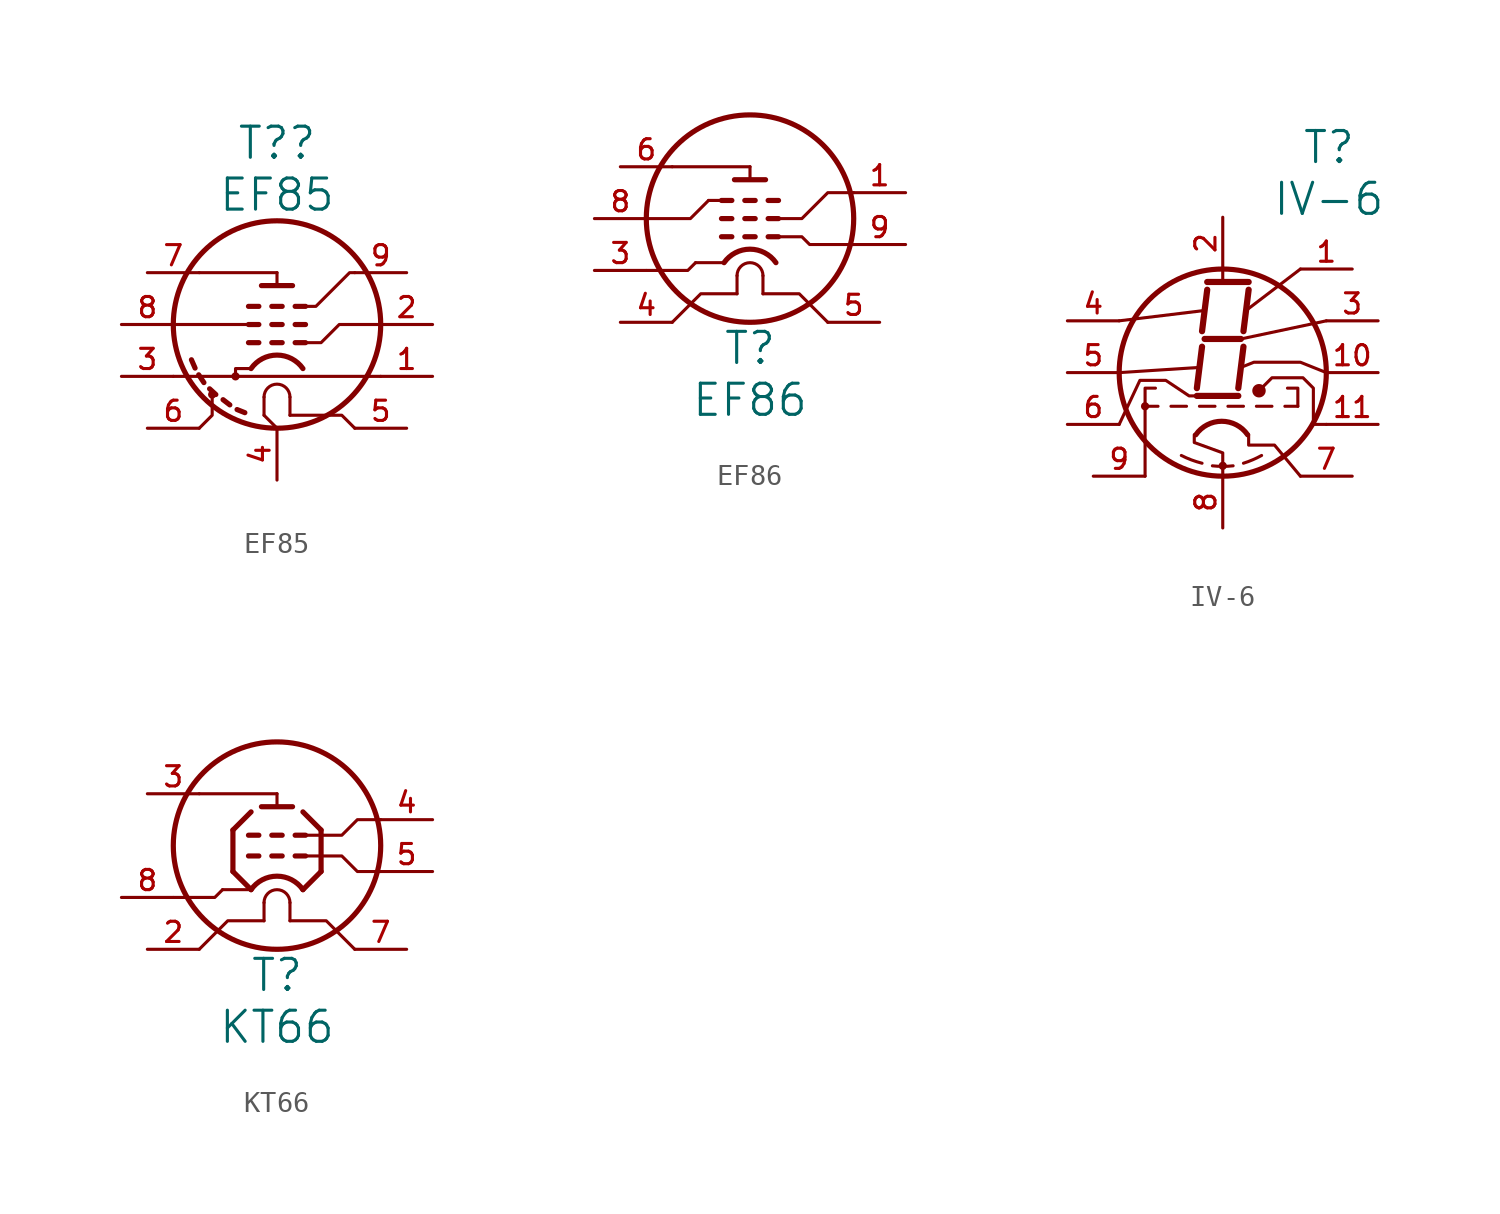
<source format=kicad_sym>
(kicad_symbol_lib
  (version 20220914)
  (generator kicad_symbol_editor)
  (symbol "EF85"
    (pin_names
      (offset 0.025) hide)
    (property "Reference" "T?"
      (at 0 8.89 0)
      (effects (font (size 1.524 1.524))))
    (property "Value" "EF85"
      (at 0 6.35 0)
      (effects (font (size 1.524 1.524))))
    (property "Footprint" ""
      (at 0 0 0)
      (effects (font (size 1.524 1.524))))
    (property "Datasheet" ""
      (at 0 0 0)
      (effects (font (size 1.524 1.524))))
    (symbol "EF85_0_1"
      (circle (center -3.175 -3.429) (radius 0.127) (stroke (width 0) (type solid)) (fill (type none)))
      (circle (center -2.032 -2.54) (radius 0.127) (stroke (width 0) (type solid)) (fill (type none)))
      (polyline (pts (xy -5.08 0) (xy -1.397 0)) (stroke (width 0) (type solid)) (fill (type none)))
      (polyline (pts (xy -4.013 -2.134) (xy -4.191 -1.727)) (stroke (width 0.254) (type solid)) (fill (type none)))
      (polyline (pts (xy -3.81 2.54) (xy 0 2.54)) (stroke (width 0) (type solid)) (fill (type none)))
      (polyline (pts (xy -3.581 -2.845) (xy -3.835 -2.464)) (stroke (width 0.254) (type solid)) (fill (type none)))
      (polyline (pts (xy -2.997 -3.429) (xy -3.302 -3.15)) (stroke (width 0.254) (type solid)) (fill (type none)))
      (polyline (pts (xy -2.311 -3.937) (xy -2.642 -3.683)) (stroke (width 0.254) (type solid)) (fill (type none)))
      (polyline (pts (xy -1.575 -4.318) (xy -1.956 -4.166)) (stroke (width 0.254) (type solid)) (fill (type none)))
      (polyline (pts (xy -1.397 -0.889) (xy -0.889 -0.889)) (stroke (width 0.254) (type solid)) (fill (type none)))
      (polyline (pts (xy -1.397 0) (xy -0.889 0)) (stroke (width 0.254) (type solid)) (fill (type none)))
      (polyline (pts (xy -1.397 0.889) (xy -0.889 0.889)) (stroke (width 0.254) (type solid)) (fill (type none)))
      (polyline (pts (xy -0.762 1.905) (xy 0.762 1.905)) (stroke (width 0.254) (type solid)) (fill (type none)))
      (polyline (pts (xy -0.635 -3.556) (xy -0.635 -4.445)) (stroke (width 0) (type solid)) (fill (type none)))
      (polyline (pts (xy -0.254 -0.889) (xy 0.254 -0.889)) (stroke (width 0.254) (type solid)) (fill (type none)))
      (polyline (pts (xy -0.254 0) (xy 0.254 0)) (stroke (width 0.254) (type solid)) (fill (type none)))
      (polyline (pts (xy -0.254 0.889) (xy 0.254 0.889)) (stroke (width 0.254) (type solid)) (fill (type none)))
      (polyline (pts (xy 0 -5.08) (xy -0.635 -4.445)) (stroke (width 0) (type solid)) (fill (type none)))
      (polyline (pts (xy 0 1.905) (xy 0 2.54)) (stroke (width 0) (type solid)) (fill (type none)))
      (polyline (pts (xy 0.635 -3.556) (xy 0.635 -4.445)) (stroke (width 0) (type solid)) (fill (type none)))
      (polyline (pts (xy 0.889 -0.889) (xy 1.397 -0.889)) (stroke (width 0.254) (type solid)) (fill (type none)))
      (polyline (pts (xy 0.889 0) (xy 1.397 0)) (stroke (width 0.254) (type solid)) (fill (type none)))
      (polyline (pts (xy 0.889 0.889) (xy 1.397 0.889)) (stroke (width 0.254) (type solid)) (fill (type none)))
      (polyline (pts (xy 5.08 -2.54) (xy -5.08 -2.54)) (stroke (width 0) (type solid)) (fill (type none)))
      (polyline (pts (xy -3.175 -3.302) (xy -3.175 -4.445) (xy -3.81 -5.08)) (stroke (width 0) (type solid)) (fill (type none)))
      (polyline (pts (xy -2.032 -2.54) (xy -2.032 -2.159) (xy -1.27 -2.159)) (stroke (width 0) (type solid)) (fill (type none)))
      (polyline (pts (xy 3.81 -5.08) (xy 3.175 -4.445) (xy 0.635 -4.445)) (stroke (width 0) (type solid)) (fill (type none)))
      (polyline (pts (xy 1.397 -0.889) (xy 2.159 -0.889) (xy 3.048 0) (xy 5.08 0)) (stroke (width 0) (type solid)) (fill (type none)))
      (polyline (pts (xy 1.397 0.889) (xy 1.905 0.889) (xy 3.556 2.54) (xy 3.81 2.54)) (stroke (width 0) (type solid)) (fill (type none)))
      (circle (center 0 0) (radius 5.08) (stroke (width 0.254) (type solid)) (fill (type none)))
      (arc (start 0.635 -3.556) (mid 0 -2.9237) (end -0.635 -3.556) (stroke (width 0) (type solid)) (fill (type none)))
      (arc (start 1.27 -2.159) (mid 0 -1.4978) (end -1.27 -2.159) (stroke (width 0.254) (type solid)) (fill (type none))))
    (symbol "EF85_1_1"
      (pin input line (at 7.62 -2.54 180) (length 2.54) (name "k" (effects (font (size 0.762 0.762)))) (number "1" (effects (font (size 0.991 0.991)))))
      (pin input line (at 7.62 0 180) (length 2.54) (name "g1" (effects (font (size 0.762 0.762)))) (number "2" (effects (font (size 0.991 0.991)))))
      (pin input line (at -7.62 -2.54 0) (length 2.54) (name "k" (effects (font (size 0.762 0.762)))) (number "3" (effects (font (size 0.991 0.991)))))
      (pin input line (at 0 -7.62 90) (length 2.54) (name "f" (effects (font (size 0.762 0.762)))) (number "4" (effects (font (size 0.991 0.991)))))
      (pin input line (at 6.35 -5.08 180) (length 2.54) (name "f" (effects (font (size 0.787 0.787)))) (number "5" (effects (font (size 0.991 0.991)))))
      (pin input line (at -6.35 -5.08 0) (length 2.54) (name "s" (effects (font (size 0.762 0.762)))) (number "6" (effects (font (size 0.991 0.991)))))
      (pin input line (at -6.35 2.54 0) (length 2.54) (name "a" (effects (font (size 0.762 0.762)))) (number "7" (effects (font (size 0.991 0.991)))))
      (pin input line (at -7.62 0 0) (length 2.54) (name "g2" (effects (font (size 0.762 0.762)))) (number "8" (effects (font (size 0.991 0.991)))))
      (pin input line (at 6.35 2.54 180) (length 2.54) (name "g3" (effects (font (size 0.762 0.762)))) (number "9" (effects (font (size 0.991 0.991)))))))
  (symbol "EF86"
    (pin_names
      (offset 0.025) hide)
    (property "Reference" "T"
      (at 0 -6.35 0)
      (effects (font (size 1.524 1.524))))
    (property "Value" "EF86"
      (at 0 -8.89 0)
      (effects (font (size 1.524 1.524))))
    (property "Footprint" ""
      (at 0 0 0)
      (effects (font (size 1.524 1.524))))
    (property "Datasheet" ""
      (at 0 0 0)
      (effects (font (size 1.524 1.524))))
    (symbol "EF86_0_1"
      (polyline (pts (xy -3.81 2.54) (xy 0 2.54)) (stroke (width 0) (type solid)) (fill (type none)))
      (polyline (pts (xy -1.397 -0.889) (xy -0.889 -0.889)) (stroke (width 0.254) (type solid)) (fill (type none)))
      (polyline (pts (xy -1.397 0) (xy -0.889 0)) (stroke (width 0.254) (type solid)) (fill (type none)))
      (polyline (pts (xy -1.397 0.889) (xy -2.032 0.889)) (stroke (width 0) (type solid)) (fill (type none)))
      (polyline (pts (xy -1.397 0.889) (xy -0.889 0.889)) (stroke (width 0.254) (type solid)) (fill (type none)))
      (polyline (pts (xy -1.27 -2.159) (xy -2.667 -2.159)) (stroke (width 0) (type solid)) (fill (type none)))
      (polyline (pts (xy -0.762 1.905) (xy 0.762 1.905)) (stroke (width 0.254) (type solid)) (fill (type none)))
      (polyline (pts (xy -0.635 -2.794) (xy -0.635 -3.683)) (stroke (width 0) (type solid)) (fill (type none)))
      (polyline (pts (xy -0.254 -0.889) (xy 0.254 -0.889)) (stroke (width 0.254) (type solid)) (fill (type none)))
      (polyline (pts (xy -0.254 0) (xy 0.254 0)) (stroke (width 0.254) (type solid)) (fill (type none)))
      (polyline (pts (xy -0.254 0.889) (xy 0.254 0.889)) (stroke (width 0.254) (type solid)) (fill (type none)))
      (polyline (pts (xy 0 1.905) (xy 0 2.54)) (stroke (width 0) (type solid)) (fill (type none)))
      (polyline (pts (xy 0.635 -2.794) (xy 0.635 -3.683)) (stroke (width 0) (type solid)) (fill (type none)))
      (polyline (pts (xy 0.889 -0.889) (xy 1.397 -0.889)) (stroke (width 0.254) (type solid)) (fill (type none)))
      (polyline (pts (xy 0.889 0) (xy 1.397 0)) (stroke (width 0.254) (type solid)) (fill (type none)))
      (polyline (pts (xy 0.889 0.889) (xy 1.397 0.889)) (stroke (width 0.254) (type solid)) (fill (type none)))
      (polyline (pts (xy -3.81 -5.08) (xy -2.413 -3.683) (xy -0.635 -3.683)) (stroke (width 0) (type solid)) (fill (type none)))
      (polyline (pts (xy -2.667 -2.159) (xy -3.048 -2.54) (xy -5.08 -2.54)) (stroke (width 0) (type solid)) (fill (type none)))
      (polyline (pts (xy -2.032 0.889) (xy -2.921 0) (xy -5.08 0)) (stroke (width 0) (type solid)) (fill (type none)))
      (polyline (pts (xy 3.81 -5.08) (xy 2.413 -3.683) (xy 0.635 -3.683)) (stroke (width 0) (type solid)) (fill (type none)))
      (polyline (pts (xy 1.397 -0.889) (xy 2.54 -0.889) (xy 2.921 -1.27) (xy 5.08 -1.27)) (stroke (width 0) (type solid)) (fill (type none)))
      (polyline (pts (xy 5.08 1.27) (xy 3.81 1.27) (xy 2.54 0) (xy 1.397 0)) (stroke (width 0) (type solid)) (fill (type none)))
      (circle (center 0 0) (radius 5.08) (stroke (width 0.254) (type solid)) (fill (type none)))
      (arc (start 0.635 -2.794) (mid 0 -2.1617) (end -0.635 -2.794) (stroke (width 0) (type solid)) (fill (type none)))
      (arc (start 1.27 -2.159) (mid 0 -1.4978) (end -1.27 -2.159) (stroke (width 0.254) (type solid)) (fill (type none))))
    (symbol "EF86_1_1"
      (pin input line (at 7.62 1.27 180) (length 2.54) (name "g2" (effects (font (size 0.762 0.762)))) (number "1" (effects (font (size 0.991 0.991)))))
      (pin input line (at -7.62 -2.54 0) (length 2.54) (name "k" (effects (font (size 0.762 0.762)))) (number "3" (effects (font (size 0.991 0.991)))))
      (pin input line (at -6.35 -5.08 0) (length 2.54) (name "f" (effects (font (size 0.762 0.762)))) (number "4" (effects (font (size 0.991 0.991)))))
      (pin input line (at 6.35 -5.08 180) (length 2.54) (name "f" (effects (font (size 0.762 0.762)))) (number "5" (effects (font (size 0.991 0.991)))))
      (pin input line (at -6.35 2.54 0) (length 2.54) (name "a" (effects (font (size 0.762 0.762)))) (number "6" (effects (font (size 0.991 0.991)))))
      (pin input line (at -7.62 0 0) (length 2.54) (name "g3" (effects (font (size 0.762 0.762)))) (number "8" (effects (font (size 0.991 0.991)))))
      (pin input line (at 7.62 -1.27 180) (length 2.54) (name "g1" (effects (font (size 0.762 0.762)))) (number "9" (effects (font (size 0.991 0.991)))))))
  (symbol "IV-6"
    (pin_names
      (offset 0.025) hide)
    (property "Reference" "T"
      (at 5.207 11.049 0)
      (effects (font (size 1.524 1.524))))
    (property "Value" "IV-6"
      (at 5.207 8.509 0)
      (effects (font (size 1.524 1.524))))
    (property "Footprint" ""
      (at 0 0 0)
      (effects (font (size 1.524 1.524))))
    (property "Datasheet" ""
      (at 0 0 0)
      (effects (font (size 1.524 1.524))))
    (symbol "IV-6_0_1"
      (circle (center -3.81 -1.651) (radius 0.127) (stroke (width 0) (type solid)) (fill (type none)))
      (arc (start -2.032 -4.064) (mid -1.5348 -4.2832) (end -1.016 -4.445) (stroke (width 0) (type solid)) (fill (type none)))
      (arc (start -0.508 -4.572) (mid 0 -4.6001) (end 0.508 -4.572) (stroke (width 0) (type solid)) (fill (type none)))
      (circle (center 0 -4.572) (radius 0.127) (stroke (width 0) (type solid)) (fill (type none)))
      (polyline (pts (xy -5.08 0) (xy -1.143 0.254)) (stroke (width 0) (type solid)) (fill (type none)))
      (polyline (pts (xy -5.08 2.54) (xy -0.889 3.048)) (stroke (width 0) (type solid)) (fill (type none)))
      (polyline (pts (xy -3.81 -1.651) (xy -3.81 -5.08)) (stroke (width 0) (type solid)) (fill (type none)))
      (polyline (pts (xy -3.81 -1.651) (xy -3.175 -1.651)) (stroke (width 0) (type solid)) (fill (type none)))
      (polyline (pts (xy -2.54 -1.651) (xy -1.778 -1.651)) (stroke (width 0) (type solid)) (fill (type none)))
      (polyline (pts (xy -1.143 -1.651) (xy -0.381 -1.651)) (stroke (width 0) (type solid)) (fill (type none)))
      (polyline (pts (xy -1.016 1.27) (xy -1.27 -0.762)) (stroke (width 0.305) (type solid)) (fill (type none)))
      (polyline (pts (xy -0.889 1.651) (xy 0.889 1.651)) (stroke (width 0.305) (type solid)) (fill (type none)))
      (polyline (pts (xy -0.762 4.064) (xy -1.016 2.032)) (stroke (width 0.305) (type solid)) (fill (type none)))
      (polyline (pts (xy -0.762 4.445) (xy 1.27 4.445)) (stroke (width 0.305) (type solid)) (fill (type none)))
      (polyline (pts (xy 0 5.08) (xy 0 4.445)) (stroke (width 0) (type solid)) (fill (type none)))
      (polyline (pts (xy 0.254 -1.651) (xy 1.016 -1.651)) (stroke (width 0) (type solid)) (fill (type none)))
      (polyline (pts (xy 0.762 -1.143) (xy -1.27 -1.143)) (stroke (width 0.305) (type solid)) (fill (type none)))
      (polyline (pts (xy 0.889 1.651) (xy 5.08 2.54)) (stroke (width 0) (type solid)) (fill (type none)))
      (polyline (pts (xy 1.016 1.27) (xy 0.762 -0.762)) (stroke (width 0.305) (type solid)) (fill (type none)))
      (polyline (pts (xy 1.143 3.048) (xy 3.81 5.08)) (stroke (width 0) (type solid)) (fill (type none)))
      (polyline (pts (xy 1.27 4.064) (xy 1.016 2.032)) (stroke (width 0.305) (type solid)) (fill (type none)))
      (polyline (pts (xy 1.651 -1.651) (xy 2.413 -1.651)) (stroke (width 0) (type solid)) (fill (type none)))
      (polyline (pts (xy 3.683 -1.651) (xy 3.048 -1.651)) (stroke (width 0) (type solid)) (fill (type none)))
      (polyline (pts (xy -3.302 -0.762) (xy -3.81 -0.762) (xy -3.81 -1.651)) (stroke (width 0) (type solid)) (fill (type none)))
      (polyline (pts (xy 3.683 -1.651) (xy 3.683 -0.762) (xy 3.175 -0.762)) (stroke (width 0) (type solid)) (fill (type none)))
      (polyline (pts (xy 1.27 -3.048) (xy 1.27 -3.556) (xy 2.54 -3.556) (xy 3.81 -5.08)) (stroke (width 0) (type solid)) (fill (type none)))
      (polyline (pts (xy 5.08 0) (xy 3.81 0.508) (xy 1.524 0.508) (xy 0.889 0.254)) (stroke (width 0) (type solid)) (fill (type none)))
      (polyline (pts (xy -5.08 -2.54) (xy -4.064 -0.381) (xy -2.794 -0.381) (xy -1.651 -1.143) (xy -1.27 -1.143)) (stroke (width 0) (type solid)) (fill (type none)))
      (polyline (pts (xy 0 -5.08) (xy 0 -4.572) (xy 0 -3.937) (xy -1.397 -3.429) (xy -1.397 -3.048)) (stroke (width 0) (type solid)) (fill (type none)))
      (polyline (pts (xy 1.778 -0.889) (xy 2.413 -0.254) (xy 3.937 -0.254) (xy 4.445 -0.762) (xy 4.445 -2.54) (xy 5.08 -2.54)) (stroke (width 0) (type solid)) (fill (type none)))
      (circle (center 0 0) (radius 5.08) (stroke (width 0.254) (type solid)) (fill (type none)))
      (arc (start 1.016 -4.445) (mid 1.4701 -4.2769) (end 1.905 -4.064) (stroke (width 0) (type solid)) (fill (type none)))
      (arc (start 1.2192 -3.048) (mid -0.0508 -2.3868) (end -1.3208 -3.048) (stroke (width 0.254) (type solid)) (fill (type none)))
      (circle (center 1.778 -0.889) (radius 0.254) (stroke (width 0) (type solid)) (fill (type outline))))
    (symbol "IV-6_1_1"
      (pin input line (at 6.35 5.08 180) (length 2.54) (name "B" (effects (font (size 0.787 0.787)))) (number "1" (effects (font (size 0.991 0.991)))))
      (pin input line (at 7.62 0 180) (length 2.54) (name "C" (effects (font (size 0.787 0.787)))) (number "10" (effects (font (size 0.991 0.991)))))
      (pin input line (at 7.62 -2.54 180) (length 2.54) (name "Dp" (effects (font (size 0.787 0.787)))) (number "11" (effects (font (size 0.991 0.991)))))
      (pin input line (at 0 7.62 270) (length 2.54) (name "A" (effects (font (size 0.787 0.787)))) (number "2" (effects (font (size 0.991 0.991)))))
      (pin input line (at 7.62 2.54 180) (length 2.54) (name "G" (effects (font (size 0.787 0.787)))) (number "3" (effects (font (size 0.991 0.991)))))
      (pin input line (at -7.62 2.54 0) (length 2.54) (name "F" (effects (font (size 0.787 0.787)))) (number "4" (effects (font (size 0.991 0.991)))))
      (pin input line (at -7.62 0 0) (length 2.54) (name "E" (effects (font (size 0.762 0.762)))) (number "5" (effects (font (size 0.991 0.991)))))
      (pin input line (at -7.62 -2.54 0) (length 2.54) (name "D" (effects (font (size 0.787 0.787)))) (number "6" (effects (font (size 0.991 0.991)))))
      (pin input line (at 6.35 -5.08 180) (length 2.54) (name "Fil-" (effects (font (size 0.787 0.787)))) (number "7" (effects (font (size 0.991 0.991)))))
      (pin input line (at 0 -7.62 90) (length 2.54) (name "Fil+" (effects (font (size 0.762 0.762)))) (number "8" (effects (font (size 0.991 0.991)))))
      (pin input line (at -6.35 -5.08 0) (length 2.54) (name "Grid" (effects (font (size 0.787 0.787)))) (number "9" (effects (font (size 0.991 0.991)))))))
  (symbol "KT66"
    (pin_names
      (offset 0.025) hide)
    (property "Reference" "T"
      (at 0 -6.35 0)
      (effects (font (size 1.524 1.524))))
    (property "Value" "KT66"
      (at 0 -8.89 0)
      (effects (font (size 1.524 1.524))))
    (property "Footprint" ""
      (at 0 0 0)
      (effects (font (size 1.524 1.524))))
    (property "Datasheet" ""
      (at 0 0 0)
      (effects (font (size 1.524 1.524))))
    (symbol "KT66_0_1"
      (polyline (pts (xy -3.81 2.54) (xy 0 2.54)) (stroke (width 0) (type solid)) (fill (type none)))
      (polyline (pts (xy -2.159 -1.27) (xy -2.159 0.762)) (stroke (width 0.254) (type solid)) (fill (type none)))
      (polyline (pts (xy -1.397 -0.508) (xy -0.889 -0.508)) (stroke (width 0.254) (type solid)) (fill (type none)))
      (polyline (pts (xy -1.397 0.508) (xy -0.889 0.508)) (stroke (width 0.254) (type solid)) (fill (type none)))
      (polyline (pts (xy -1.27 -2.159) (xy -2.667 -2.159)) (stroke (width 0) (type solid)) (fill (type none)))
      (polyline (pts (xy -1.27 -2.159) (xy -2.159 -1.27)) (stroke (width 0.254) (type solid)) (fill (type none)))
      (polyline (pts (xy -1.27 1.651) (xy -2.159 0.762)) (stroke (width 0.254) (type solid)) (fill (type none)))
      (polyline (pts (xy -0.762 1.905) (xy 0.762 1.905)) (stroke (width 0.254) (type solid)) (fill (type none)))
      (polyline (pts (xy -0.635 -2.794) (xy -0.635 -3.683)) (stroke (width 0) (type solid)) (fill (type none)))
      (polyline (pts (xy -0.254 -0.508) (xy 0.254 -0.508)) (stroke (width 0.254) (type solid)) (fill (type none)))
      (polyline (pts (xy -0.254 0.508) (xy 0.254 0.508)) (stroke (width 0.254) (type solid)) (fill (type none)))
      (polyline (pts (xy 0 1.905) (xy 0 2.54)) (stroke (width 0) (type solid)) (fill (type none)))
      (polyline (pts (xy 0.635 -2.794) (xy 0.635 -3.683)) (stroke (width 0) (type solid)) (fill (type none)))
      (polyline (pts (xy 0.889 -0.508) (xy 1.397 -0.508)) (stroke (width 0.254) (type solid)) (fill (type none)))
      (polyline (pts (xy 0.889 0.508) (xy 1.397 0.508)) (stroke (width 0.254) (type solid)) (fill (type none)))
      (polyline (pts (xy 1.27 -2.159) (xy 2.159 -1.27)) (stroke (width 0.254) (type solid)) (fill (type none)))
      (polyline (pts (xy 1.27 1.651) (xy 2.159 0.762)) (stroke (width 0.254) (type solid)) (fill (type none)))
      (polyline (pts (xy 2.159 -1.27) (xy 2.159 0.762)) (stroke (width 0.254) (type solid)) (fill (type none)))
      (polyline (pts (xy -3.81 -5.08) (xy -2.413 -3.683) (xy -0.635 -3.683)) (stroke (width 0) (type solid)) (fill (type none)))
      (polyline (pts (xy -2.667 -2.159) (xy -3.048 -2.54) (xy -5.08 -2.54)) (stroke (width 0) (type solid)) (fill (type none)))
      (polyline (pts (xy 3.81 -5.08) (xy 2.413 -3.683) (xy 0.635 -3.683)) (stroke (width 0) (type solid)) (fill (type none)))
      (polyline (pts (xy 1.397 -0.508) (xy 3.175 -0.508) (xy 3.937 -1.27) (xy 5.08 -1.27)) (stroke (width 0) (type solid)) (fill (type none)))
      (polyline (pts (xy 1.397 0.508) (xy 3.175 0.508) (xy 3.937 1.27) (xy 5.08 1.27)) (stroke (width 0) (type solid)) (fill (type none)))
      (circle (center 0 0) (radius 5.08) (stroke (width 0.254) (type solid)) (fill (type none)))
      (arc (start 0.635 -2.794) (mid 0 -2.1617) (end -0.635 -2.794) (stroke (width 0) (type solid)) (fill (type none)))
      (arc (start 1.27 -2.159) (mid 0 -1.4978) (end -1.27 -2.159) (stroke (width 0.254) (type solid)) (fill (type none))))
    (symbol "KT66_1_1"
      (pin input line (at -6.35 -5.08 0) (length 2.54) (name "f" (effects (font (size 0.762 0.762)))) (number "2" (effects (font (size 0.991 0.991)))))
      (pin input line (at -6.35 2.54 0) (length 2.54) (name "a" (effects (font (size 0.762 0.762)))) (number "3" (effects (font (size 0.991 0.991)))))
      (pin input line (at 7.62 1.27 180) (length 2.54) (name "g2" (effects (font (size 0.762 0.762)))) (number "4" (effects (font (size 0.991 0.991)))))
      (pin input line (at 7.62 -1.27 180) (length 2.54) (name "g1" (effects (font (size 0.762 0.762)))) (number "5" (effects (font (size 0.991 0.991)))))
      (pin input line (at 6.35 -5.08 180) (length 2.54) (name "f" (effects (font (size 0.762 0.762)))) (number "7" (effects (font (size 0.991 0.991)))))
      (pin input line (at -7.62 -2.54 0) (length 2.54) (name "k" (effects (font (size 0.762 0.762)))) (number "8" (effects (font (size 0.991 0.991))))))))
</source>
